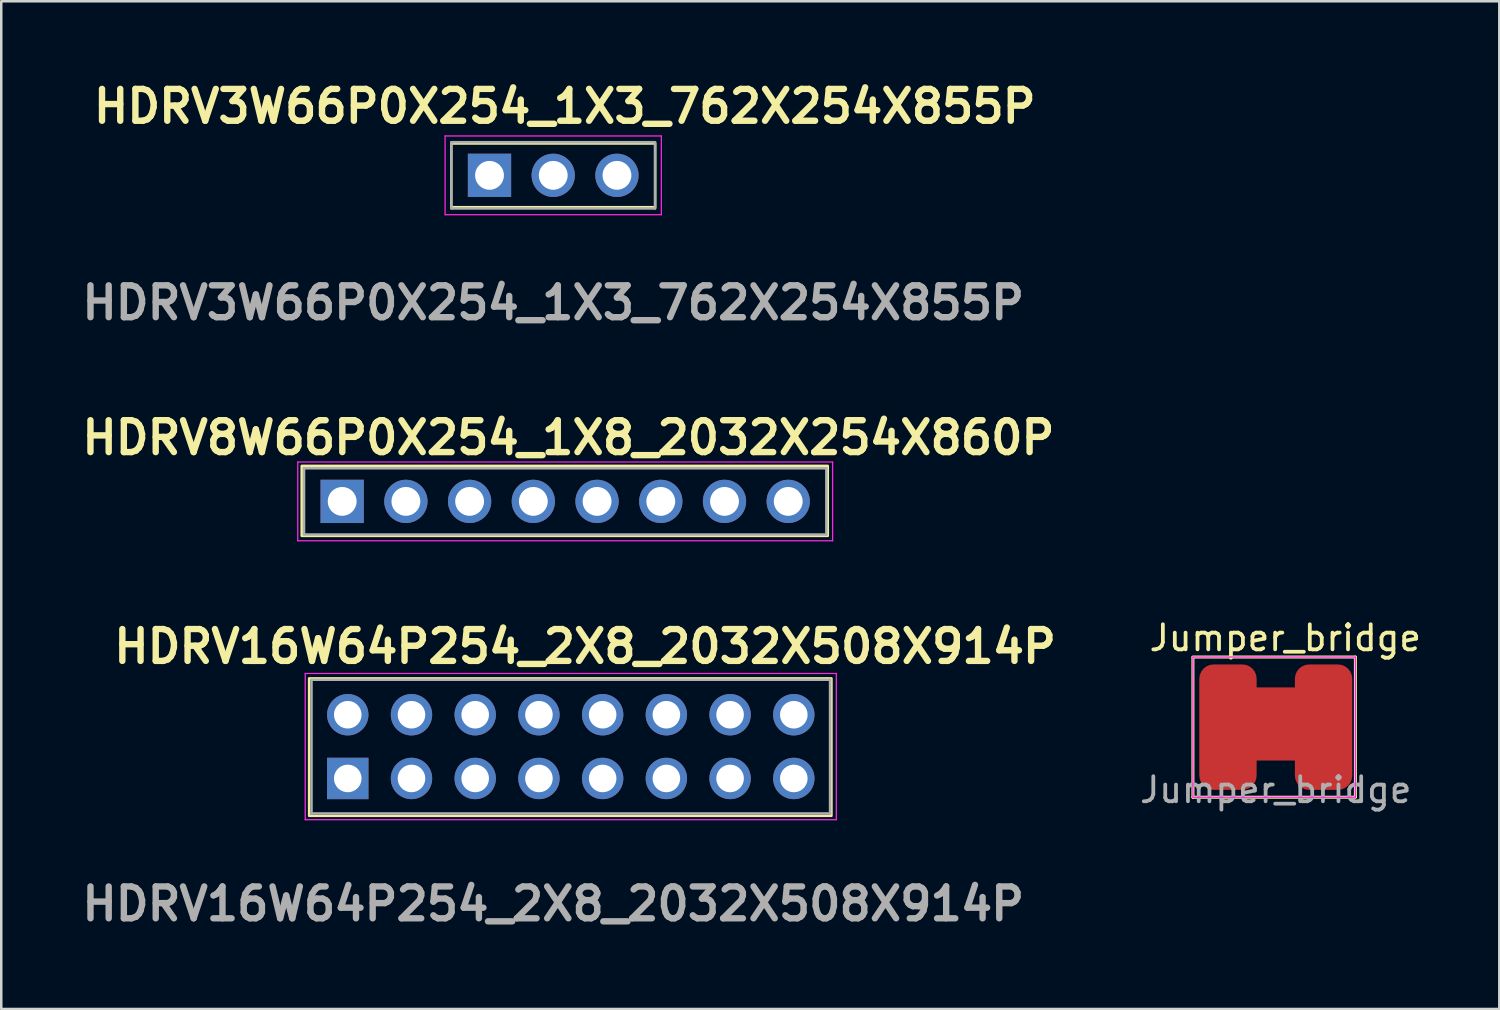
<source format=kicad_pcb>
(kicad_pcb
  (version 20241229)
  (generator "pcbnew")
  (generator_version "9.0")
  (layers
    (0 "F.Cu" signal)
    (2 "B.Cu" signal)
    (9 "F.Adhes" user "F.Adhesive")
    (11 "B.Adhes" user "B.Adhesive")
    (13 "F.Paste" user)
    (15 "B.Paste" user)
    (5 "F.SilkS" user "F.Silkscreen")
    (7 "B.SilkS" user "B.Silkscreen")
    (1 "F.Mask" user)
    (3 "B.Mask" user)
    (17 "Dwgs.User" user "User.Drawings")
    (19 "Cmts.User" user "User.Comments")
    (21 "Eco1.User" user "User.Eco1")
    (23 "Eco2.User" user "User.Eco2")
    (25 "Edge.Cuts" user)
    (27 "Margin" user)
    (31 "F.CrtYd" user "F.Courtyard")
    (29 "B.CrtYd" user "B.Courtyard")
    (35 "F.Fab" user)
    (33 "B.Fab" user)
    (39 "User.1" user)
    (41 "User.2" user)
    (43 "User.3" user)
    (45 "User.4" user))
  (footprint "HDRV3W66P0X254_1X3_762X254X855P"
    (layer "F.Cu")
    (at 19.002 3.939)
    (property "Reference" "HDRV3W66P0X254_1X3_762X254X855P" (at 0.46 -2.75 0) (layer "F.SilkS") (effects (font (size 1.27 1.27) (thickness 0.254))))
    (attr through_hole)
    (fp_rect (start -4.064 -1.27) (end 4.064 1.27) (stroke (width 0.1) (type default)) (fill no) (layer "F.SilkS"))
    (fp_line (start -4.31 -1.57) (end 4.31 -1.57) (stroke (width 0.05) (type solid)) (layer "F.CrtYd"))
    (fp_line (start -4.31 1.57) (end -4.31 -1.57) (stroke (width 0.05) (type solid)) (layer "F.CrtYd"))
    (fp_line (start 4.31 -1.57) (end 4.31 1.57) (stroke (width 0.05) (type solid)) (layer "F.CrtYd"))
    (fp_line (start 4.31 1.57) (end -4.31 1.57) (stroke (width 0.05) (type solid)) (layer "F.CrtYd"))
    (fp_line (start -4.06 -1.32) (end 4.06 -1.32) (stroke (width 0.1) (type solid)) (layer "F.Fab"))
    (fp_line (start -4.06 1.32) (end -4.06 -1.32) (stroke (width 0.1) (type solid)) (layer "F.Fab"))
    (fp_line (start 4.06 -1.32) (end 4.06 1.32) (stroke (width 0.1) (type solid)) (layer "F.Fab"))
    (fp_line (start 4.06 1.32) (end -4.06 1.32) (stroke (width 0.1) (type solid)) (layer "F.Fab"))
    (fp_text user "${REFERENCE}" (at 0 5.08 0) (layer "F.Fab") (effects (font (size 1.27 1.27) (thickness 0.254))))
    (pad "1" thru_hole rect (at -2.54 0) (size 1.725 1.725) (drill 1.15) (layers "*.Cu" "*.Mask"))
    (pad "2" thru_hole circle (at 0 0) (size 1.725 1.725) (drill 1.15) (layers "*.Cu" "*.Mask"))
    (pad "3" thru_hole circle (at 2.54 0) (size 1.725 1.725) (drill 1.15) (layers "*.Cu" "*.Mask")))
  (footprint "HDRV16W64P254_2X8_2032X508X914P"
    (layer "F.Cu")
    (at 19.712 26.71)
    (property "Reference" "HDRV16W64P254_2X8_2032X508X914P" (at 0.56 -3.99 0) (layer "F.SilkS") (effects (font (size 1.27 1.27) (thickness 0.254))))
    (attr through_hole)
    (fp_rect (start 10.38 -2.72) (end -10.44 2.76) (stroke (width 0.1) (type default)) (fill no) (layer "F.SilkS"))
    (fp_line (start -10.595 -2.915) (end 10.575 -2.915) (stroke (width 0.05) (type solid)) (layer "F.CrtYd"))
    (fp_line (start -10.595 2.915) (end -10.595 -2.915) (stroke (width 0.05) (type solid)) (layer "F.CrtYd"))
    (fp_line (start 10.575 -2.915) (end 10.575 2.915) (stroke (width 0.05) (type solid)) (layer "F.CrtYd"))
    (fp_line (start 10.575 2.915) (end -10.595 2.915) (stroke (width 0.05) (type solid)) (layer "F.CrtYd"))
    (fp_line (start -10.345 -2.665) (end 10.325 -2.665) (stroke (width 0.1) (type solid)) (layer "F.Fab"))
    (fp_line (start -10.345 2.665) (end -10.345 -2.665) (stroke (width 0.1) (type solid)) (layer "F.Fab"))
    (fp_line (start 10.325 -2.665) (end 10.325 2.665) (stroke (width 0.1) (type solid)) (layer "F.Fab"))
    (fp_line (start 10.325 2.665) (end -10.345 2.665) (stroke (width 0.1) (type solid)) (layer "F.Fab"))
    (fp_text user "${REFERENCE}" (at -0.71 6.27 0) (layer "F.Fab") (effects (font (size 1.27 1.27) (thickness 0.254))))
    (pad "1" thru_hole rect (at -8.9 1.27) (size 1.65 1.65) (drill 1.1) (layers "*.Cu" "*.Mask"))
    (pad "2" thru_hole circle (at -8.9 -1.27) (size 1.65 1.65) (drill 1.1) (layers "*.Cu" "*.Mask"))
    (pad "3" thru_hole circle (at -6.36 1.27) (size 1.65 1.65) (drill 1.1) (layers "*.Cu" "*.Mask"))
    (pad "4" thru_hole circle (at -6.36 -1.27) (size 1.65 1.65) (drill 1.1) (layers "*.Cu" "*.Mask"))
    (pad "5" thru_hole circle (at -3.82 1.27) (size 1.65 1.65) (drill 1.1) (layers "*.Cu" "*.Mask"))
    (pad "6" thru_hole circle (at -3.82 -1.27) (size 1.65 1.65) (drill 1.1) (layers "*.Cu" "*.Mask"))
    (pad "7" thru_hole circle (at -1.28 1.27) (size 1.65 1.65) (drill 1.1) (layers "*.Cu" "*.Mask"))
    (pad "8" thru_hole circle (at -1.28 -1.27) (size 1.65 1.65) (drill 1.1) (layers "*.Cu" "*.Mask"))
    (pad "9" thru_hole circle (at 1.26 1.27) (size 1.65 1.65) (drill 1.1) (layers "*.Cu" "*.Mask"))
    (pad "10" thru_hole circle (at 1.26 -1.27) (size 1.65 1.65) (drill 1.1) (layers "*.Cu" "*.Mask"))
    (pad "11" thru_hole circle (at 3.8 1.27) (size 1.65 1.65) (drill 1.1) (layers "*.Cu" "*.Mask"))
    (pad "12" thru_hole circle (at 3.8 -1.27) (size 1.65 1.65) (drill 1.1) (layers "*.Cu" "*.Mask"))
    (pad "13" thru_hole circle (at 6.34 1.27) (size 1.65 1.65) (drill 1.1) (layers "*.Cu" "*.Mask"))
    (pad "14" thru_hole circle (at 6.34 -1.27) (size 1.65 1.65) (drill 1.1) (layers "*.Cu" "*.Mask"))
    (pad "15" thru_hole circle (at 8.88 1.27) (size 1.65 1.65) (drill 1.1) (layers "*.Cu" "*.Mask"))
    (pad "16" thru_hole circle (at 8.88 -1.27) (size 1.65 1.65) (drill 1.1) (layers "*.Cu" "*.Mask")))
  (footprint "HDRV8W66P0X254_1X8_2032X254X860P"
    (layer "F.Cu")
    (at 19.606 17.19)
    (property "Reference" "HDRV8W66P0X254_1X8_2032X254X860P" (at 0 -2.794 0) (layer "F.SilkS") (effects (font (size 1.27 1.27) (thickness 0.254))))
    (attr through_hole)
    (fp_rect (start 10.34 1.12) (end -10.63 -1.67) (stroke (width 0.1) (type default)) (fill no) (layer "F.SilkS"))
    (fp_line (start -10.787 -1.824) (end 10.533 -1.824) (stroke (width 0.05) (type solid)) (layer "F.CrtYd"))
    (fp_line (start -10.787 1.316) (end -10.787 -1.824) (stroke (width 0.05) (type solid)) (layer "F.CrtYd"))
    (fp_line (start 10.533 -1.824) (end 10.533 1.316) (stroke (width 0.05) (type solid)) (layer "F.CrtYd"))
    (fp_line (start 10.533 1.316) (end -10.787 1.316) (stroke (width 0.05) (type solid)) (layer "F.CrtYd"))
    (fp_line (start -10.537 -1.574) (end 10.283 -1.574) (stroke (width 0.1) (type solid)) (layer "F.Fab"))
    (fp_line (start -10.537 1.066) (end -10.537 -1.574) (stroke (width 0.1) (type solid)) (layer "F.Fab"))
    (fp_line (start 10.283 -1.574) (end 10.283 1.066) (stroke (width 0.1) (type solid)) (layer "F.Fab"))
    (fp_line (start 10.283 1.066) (end -10.537 1.066) (stroke (width 0.1) (type solid)) (layer "F.Fab"))
    (pad "1" thru_hole rect (at -9.017 -0.254) (size 1.725 1.725) (drill 1.15) (layers "*.Cu" "*.Mask"))
    (pad "2" thru_hole circle (at -6.477 -0.254) (size 1.725 1.725) (drill 1.15) (layers "*.Cu" "*.Mask"))
    (pad "3" thru_hole circle (at -3.937 -0.254) (size 1.725 1.725) (drill 1.15) (layers "*.Cu" "*.Mask"))
    (pad "4" thru_hole circle (at -1.397 -0.254) (size 1.725 1.725) (drill 1.15) (layers "*.Cu" "*.Mask"))
    (pad "5" thru_hole circle (at 1.143 -0.254) (size 1.725 1.725) (drill 1.15) (layers "*.Cu" "*.Mask"))
    (pad "6" thru_hole circle (at 3.683 -0.254) (size 1.725 1.725) (drill 1.15) (layers "*.Cu" "*.Mask"))
    (pad "7" thru_hole circle (at 6.223 -0.254) (size 1.725 1.725) (drill 1.15) (layers "*.Cu" "*.Mask"))
    (pad "8" thru_hole circle (at 8.763 -0.254) (size 1.725 1.725) (drill 1.15) (layers "*.Cu" "*.Mask")))
  (footprint "Jumper_bridge"
    (layer "F.Cu")
    (at 47.803 25.935)
    (property "Reference" "Jumper_bridge" (at 0.381 -3.556 0) (unlocked yes) (layer "F.SilkS") (effects (font (size 1 1) (thickness 0.15))))
    (attr smd)
    (fp_poly (pts (xy -1.778 -1.524) (xy -1.778 1.27) (xy 2.032 1.27) (xy 2.032 -1.524)) (stroke (width 0.12) (type solid)) (fill yes) (layer "F.Cu"))
    (fp_line (start -3.302 -2.794) (end 3.175 -2.794) (stroke (width 0.12) (type solid)) (layer "F.SilkS"))
    (fp_line (start -3.302 2.794) (end -3.302 -2.778) (stroke (width 0.12) (type solid)) (layer "F.SilkS"))
    (fp_line (start 3.175 -2.794) (end 3.175 2.778) (stroke (width 0.12) (type solid)) (layer "F.SilkS"))
    (fp_line (start 3.175 2.794) (end -3.302 2.794) (stroke (width 0.12) (type solid)) (layer "F.SilkS"))
    (fp_line (start -3.302 -2.794) (end -3.302 2.794) (stroke (width 0.05) (type solid)) (layer "F.CrtYd"))
    (fp_line (start -3.301 -2.794) (end 3.175 -2.794) (stroke (width 0.05) (type solid)) (layer "F.CrtYd"))
    (fp_line (start 3.175 2.794) (end -3.302 2.794) (stroke (width 0.05) (type solid)) (layer "F.CrtYd"))
    (fp_line (start 3.175 2.794) (end 3.175 -2.794) (stroke (width 0.05) (type solid)) (layer "F.CrtYd"))
    (fp_text user "${REFERENCE}" (at 0 2.5 0) (unlocked yes) (layer "F.Fab") (effects (font (size 1 1) (thickness 0.15))))
    (pad "1" smd roundrect (at -1.905 0) (size 2.286 5) (layers "F.Cu" "F.Mask" "F.Paste") (roundrect_rratio 0.25))
    (pad "2" smd roundrect (at 1.905 0) (size 2.286 5) (layers "F.Cu" "F.Mask" "F.Paste") (roundrect_rratio 0.25)))
  (gr_rect
    (start -3 -3)
    (end 56.714 37.169)
    (stroke (width 0.1) (type default))
    (fill no)
    (layer "Edge.Cuts")))
</source>
